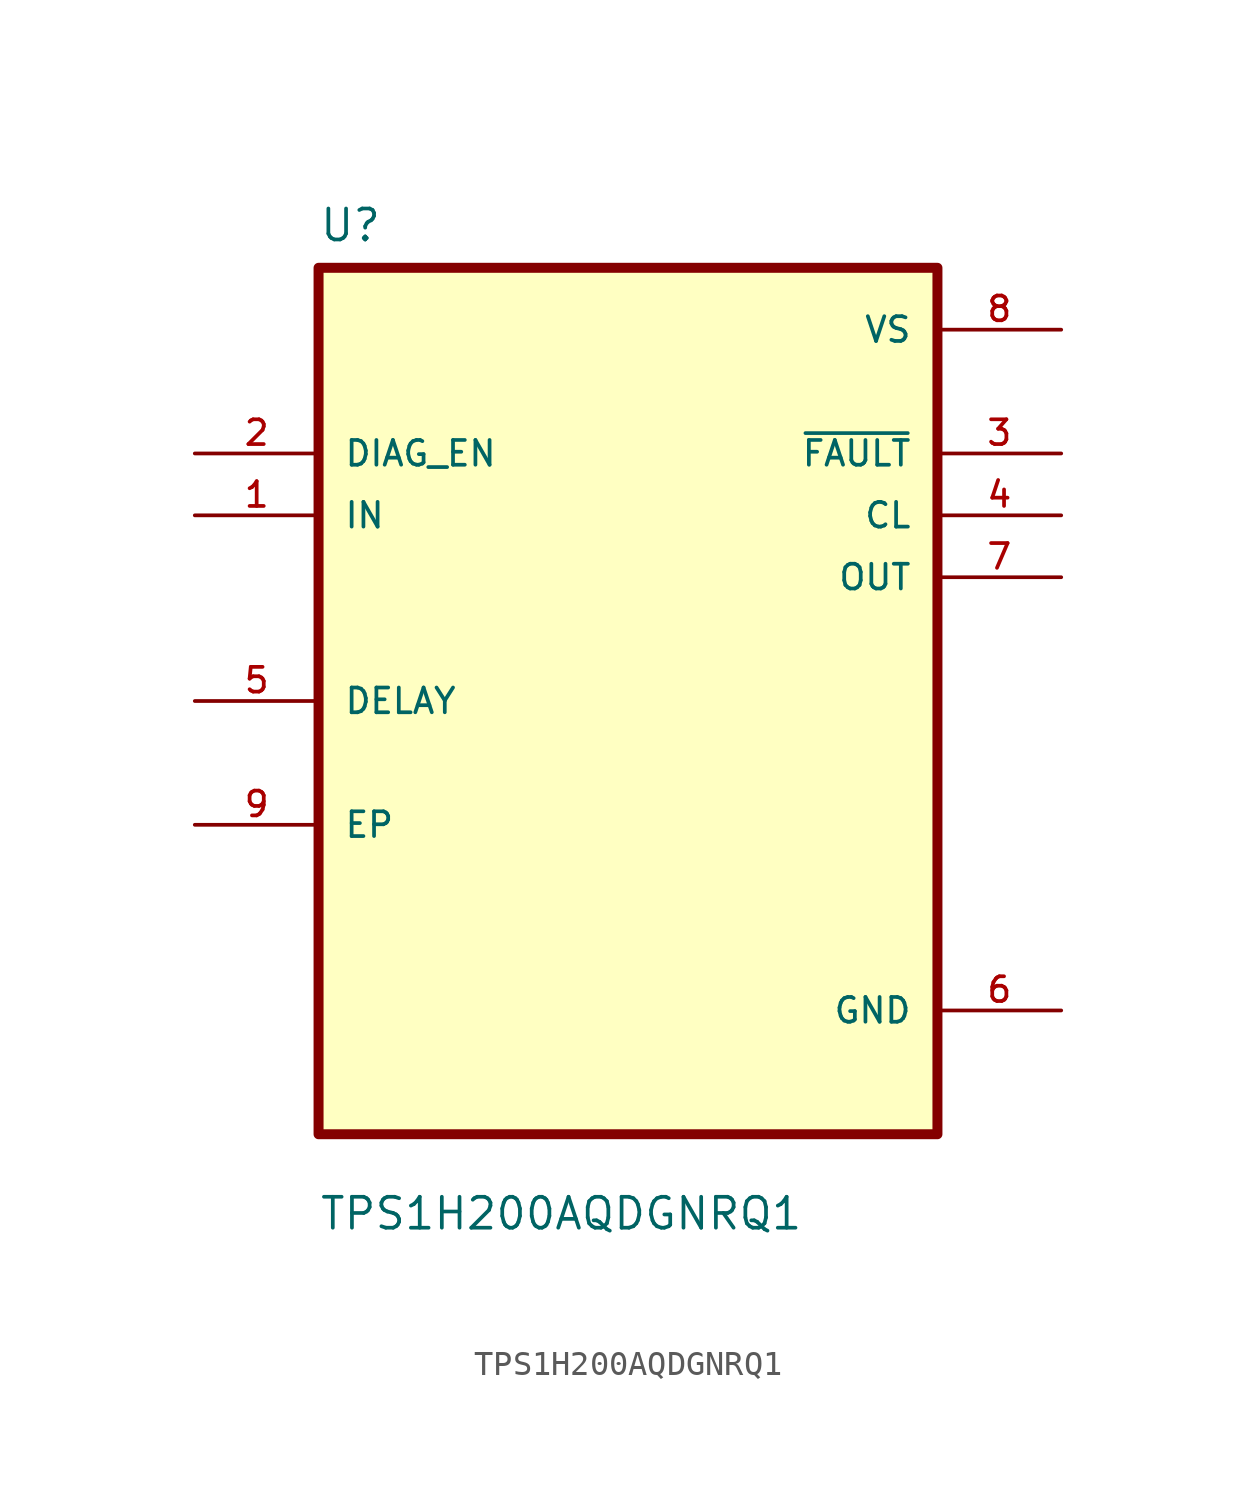
<source format=kicad_sym>
(kicad_symbol_lib
  (version 20211014)
  (generator kicad_symbol_editor)
  (symbol "TPS1H200AQDGNRQ1"
    (pin_names
      (offset 1.016))
    (property "Reference" "U"
      (at -12.7 18.78 0.0)
      (effects (font (size 1.27 1.27)) (justify bottom left)))
    (property "Value" "TPS1H200AQDGNRQ1"
      (at -12.7 -21.78 0.0)
      (effects (font (size 1.27 1.27)) (justify bottom left)))
    (symbol "TPS1H200AQDGNRQ1_0_0"
      (rectangle (start -12.7 -17.78) (end 12.7 17.78) (stroke (width 0.41)) (fill (type background)))
      (pin input line (at -17.78 10.16 0) (length 5.08) (name "DIAG_EN" (effects (font (size 1.016 1.016)))) (number "2" (effects (font (size 1.016 1.016)))))
      (pin input line (at -17.78 7.62 0) (length 5.08) (name "IN" (effects (font (size 1.016 1.016)))) (number "1" (effects (font (size 1.016 1.016)))))
      (pin bidirectional line (at -17.78 0.0 0) (length 5.08) (name "DELAY" (effects (font (size 1.016 1.016)))) (number "5" (effects (font (size 1.016 1.016)))))
      (pin bidirectional line (at -17.78 -5.08 0) (length 5.08) (name "EP" (effects (font (size 1.016 1.016)))) (number "9" (effects (font (size 1.016 1.016)))))
      (pin power_in line (at 17.78 15.24 180.0) (length 5.08) (name "VS" (effects (font (size 1.016 1.016)))) (number "8" (effects (font (size 1.016 1.016)))))
      (pin output line (at 17.78 10.16 180.0) (length 5.08) (name "~{FAULT}" (effects (font (size 1.016 1.016)))) (number "3" (effects (font (size 1.016 1.016)))))
      (pin output line (at 17.78 7.62 180.0) (length 5.08) (name "CL" (effects (font (size 1.016 1.016)))) (number "4" (effects (font (size 1.016 1.016)))))
      (pin output line (at 17.78 5.08 180.0) (length 5.08) (name "OUT" (effects (font (size 1.016 1.016)))) (number "7" (effects (font (size 1.016 1.016)))))
      (pin power_in line (at 17.78 -12.7 180.0) (length 5.08) (name "GND" (effects (font (size 1.016 1.016)))) (number "6" (effects (font (size 1.016 1.016))))))))
</source>
